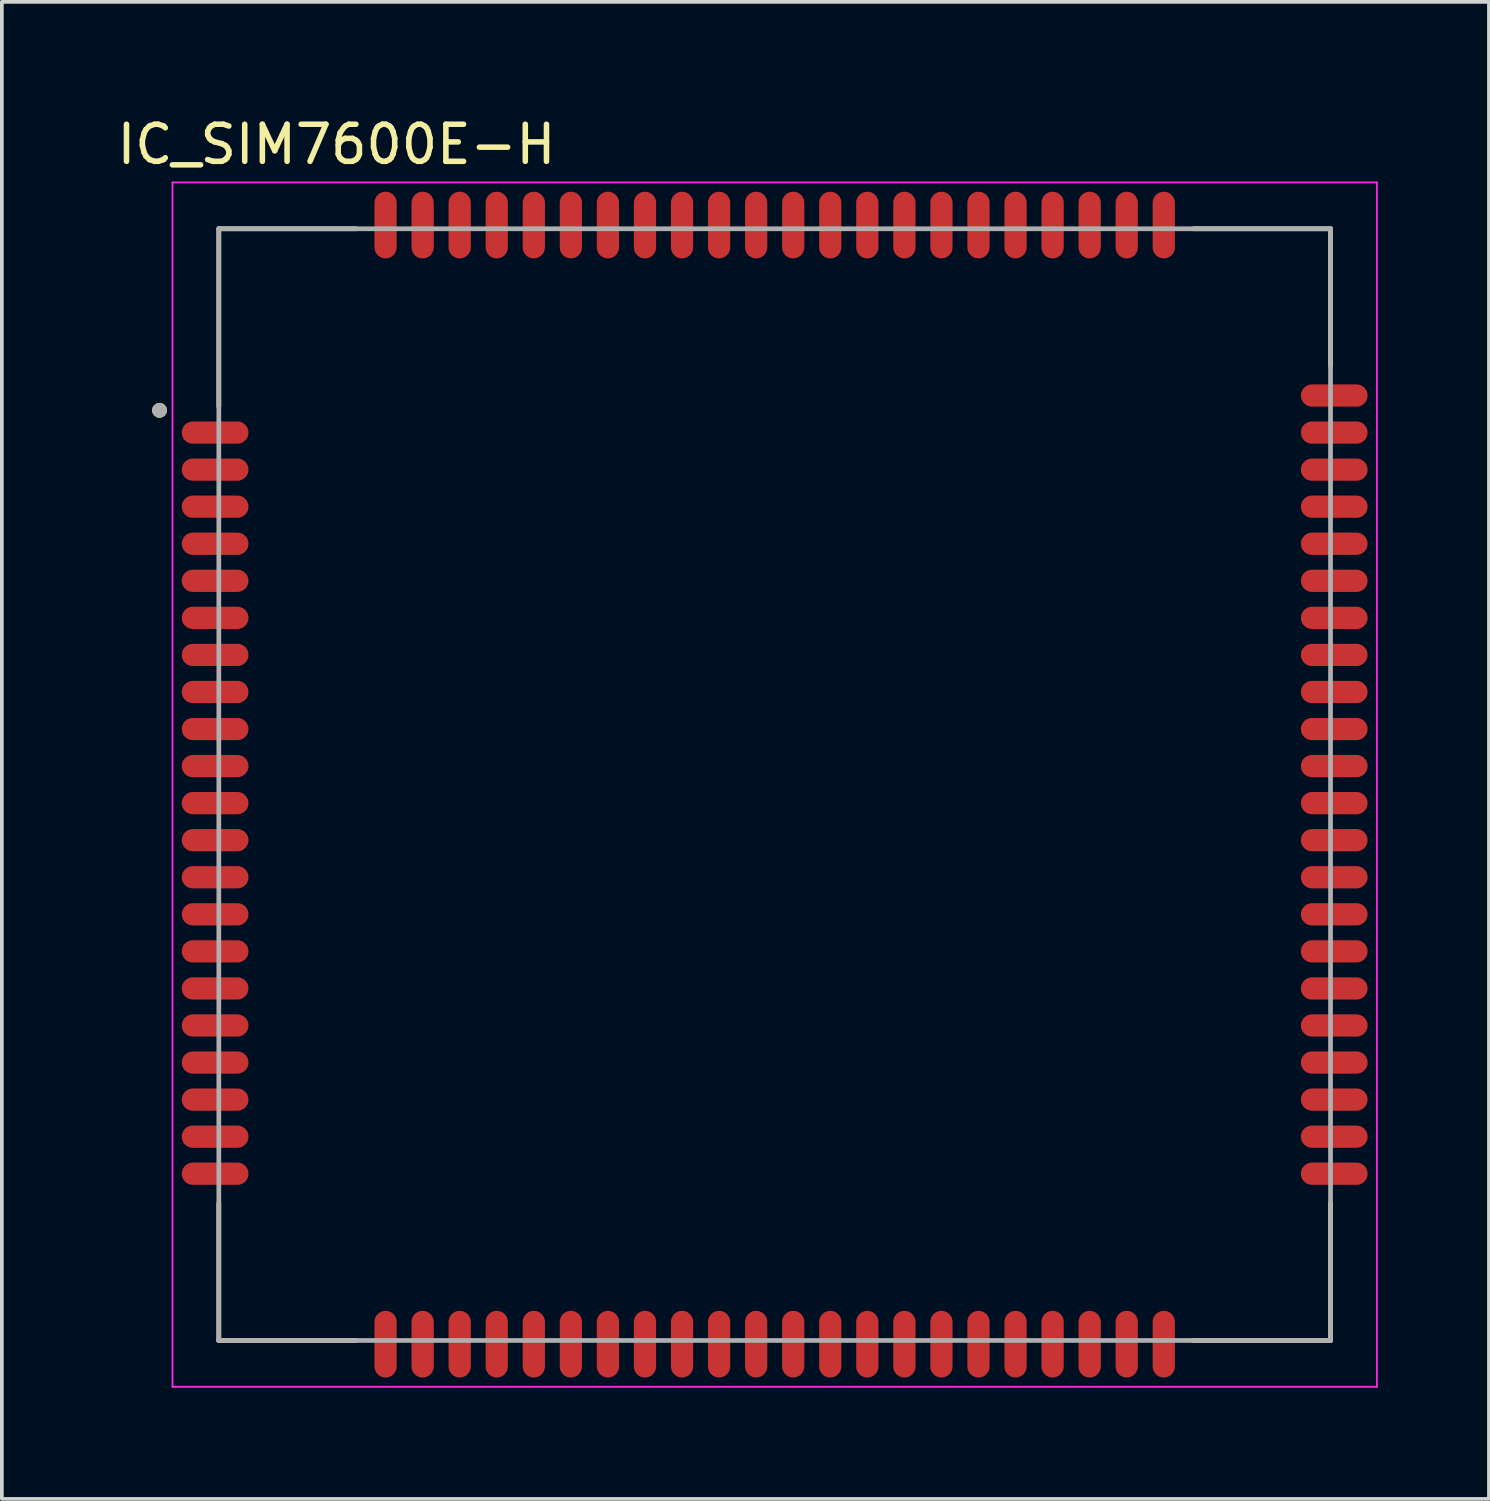
<source format=kicad_pcb>
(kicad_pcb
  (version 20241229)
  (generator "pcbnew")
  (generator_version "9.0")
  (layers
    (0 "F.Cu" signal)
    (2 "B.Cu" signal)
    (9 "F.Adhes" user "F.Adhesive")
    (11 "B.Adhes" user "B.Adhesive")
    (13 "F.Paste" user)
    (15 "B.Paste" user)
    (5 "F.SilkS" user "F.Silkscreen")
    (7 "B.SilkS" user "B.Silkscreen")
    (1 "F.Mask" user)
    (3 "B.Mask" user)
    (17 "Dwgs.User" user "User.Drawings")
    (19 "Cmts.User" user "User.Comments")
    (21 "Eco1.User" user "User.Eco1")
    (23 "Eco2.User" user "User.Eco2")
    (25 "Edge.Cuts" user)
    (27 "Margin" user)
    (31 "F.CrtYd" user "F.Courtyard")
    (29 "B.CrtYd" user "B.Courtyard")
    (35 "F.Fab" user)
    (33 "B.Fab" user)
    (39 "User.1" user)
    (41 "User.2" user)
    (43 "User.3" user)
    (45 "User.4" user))
  (footprint "IC_SIM7600E-H"
    (layer "F.Cu")
    (at 17.855 18.123)
    (property "Reference" "IC_SIM7600E-H" (at -11.825 -17.275 0) (layer "F.SilkS") (effects (font (size 1 1) (thickness 0.15))))
    (attr through_hole)
    (fp_line (start -15 -15) (end -11.3 -15) (stroke (width 0.127) (type solid)) (layer "F.SilkS"))
    (fp_line (start -15 -10.2) (end -15 -15) (stroke (width 0.127) (type solid)) (layer "F.SilkS"))
    (fp_line (start -15 15) (end -15 11.3) (stroke (width 0.127) (type solid)) (layer "F.SilkS"))
    (fp_line (start -11.3 15) (end -15 15) (stroke (width 0.127) (type solid)) (layer "F.SilkS"))
    (fp_line (start 11.3 -15) (end 15 -15) (stroke (width 0.127) (type solid)) (layer "F.SilkS"))
    (fp_line (start 15 -15) (end 15 -11.3) (stroke (width 0.127) (type solid)) (layer "F.SilkS"))
    (fp_line (start 15 11.3) (end 15 15) (stroke (width 0.127) (type solid)) (layer "F.SilkS"))
    (fp_line (start 15 15) (end 11.3 15) (stroke (width 0.127) (type solid)) (layer "F.SilkS"))
    (fp_circle (center -16.6 -10.1) (end -16.5 -10.1) (stroke (width 0.2) (type solid)) (fill no) (layer "F.SilkS"))
    (fp_line (start -16.25 -16.25) (end 16.25 -16.25) (stroke (width 0.05) (type solid)) (layer "F.CrtYd"))
    (fp_line (start -16.25 16.25) (end -16.25 -16.25) (stroke (width 0.05) (type solid)) (layer "F.CrtYd"))
    (fp_line (start 16.25 -16.25) (end 16.25 16.25) (stroke (width 0.05) (type solid)) (layer "F.CrtYd"))
    (fp_line (start 16.25 16.25) (end -16.25 16.25) (stroke (width 0.05) (type solid)) (layer "F.CrtYd"))
    (fp_line (start -15 -15) (end 15 -15) (stroke (width 0.127) (type solid)) (layer "F.Fab"))
    (fp_line (start -15 15) (end -15 -15) (stroke (width 0.127) (type solid)) (layer "F.Fab"))
    (fp_line (start 15 -15) (end 15 15) (stroke (width 0.127) (type solid)) (layer "F.Fab"))
    (fp_line (start 15 15) (end -15 15) (stroke (width 0.127) (type solid)) (layer "F.Fab"))
    (fp_circle (center -16.6 -10.1) (end -16.5 -10.1) (stroke (width 0.2) (type solid)) (fill no) (layer "F.Fab"))
    (pad "1" smd oval (at -15.1 -9.5) (size 1.8 0.6) (layers "F.Cu" "F.Mask" "F.Paste"))
    (pad "2" smd oval (at -15.1 -8.5) (size 1.8 0.6) (layers "F.Cu" "F.Mask" "F.Paste"))
    (pad "3" smd oval (at -15.1 -7.5) (size 1.8 0.6) (layers "F.Cu" "F.Mask" "F.Paste"))
    (pad "4" smd oval (at -15.1 -6.5) (size 1.8 0.6) (layers "F.Cu" "F.Mask" "F.Paste"))
    (pad "5" smd oval (at -15.1 -5.5) (size 1.8 0.6) (layers "F.Cu" "F.Mask" "F.Paste"))
    (pad "6" smd oval (at -15.1 -4.5) (size 1.8 0.6) (layers "F.Cu" "F.Mask" "F.Paste"))
    (pad "7" smd oval (at -15.1 -3.5) (size 1.8 0.6) (layers "F.Cu" "F.Mask" "F.Paste"))
    (pad "8" smd oval (at -15.1 -2.5) (size 1.8 0.6) (layers "F.Cu" "F.Mask" "F.Paste"))
    (pad "9" smd oval (at -15.1 -1.5) (size 1.8 0.6) (layers "F.Cu" "F.Mask" "F.Paste"))
    (pad "10" smd oval (at -15.1 -0.5) (size 1.8 0.6) (layers "F.Cu" "F.Mask" "F.Paste"))
    (pad "11" smd oval (at -15.1 0.5) (size 1.8 0.6) (layers "F.Cu" "F.Mask" "F.Paste"))
    (pad "12" smd oval (at -15.1 1.5) (size 1.8 0.6) (layers "F.Cu" "F.Mask" "F.Paste"))
    (pad "13" smd oval (at -15.1 2.5) (size 1.8 0.6) (layers "F.Cu" "F.Mask" "F.Paste"))
    (pad "14" smd oval (at -15.1 3.5) (size 1.8 0.6) (layers "F.Cu" "F.Mask" "F.Paste"))
    (pad "15" smd oval (at -15.1 4.5) (size 1.8 0.6) (layers "F.Cu" "F.Mask" "F.Paste"))
    (pad "16" smd oval (at -15.1 5.5) (size 1.8 0.6) (layers "F.Cu" "F.Mask" "F.Paste"))
    (pad "17" smd oval (at -15.1 6.5) (size 1.8 0.6) (layers "F.Cu" "F.Mask" "F.Paste"))
    (pad "18" smd oval (at -15.1 7.5) (size 1.8 0.6) (layers "F.Cu" "F.Mask" "F.Paste"))
    (pad "19" smd oval (at -15.1 8.5) (size 1.8 0.6) (layers "F.Cu" "F.Mask" "F.Paste"))
    (pad "20" smd oval (at -15.1 9.5) (size 1.8 0.6) (layers "F.Cu" "F.Mask" "F.Paste"))
    (pad "21" smd oval (at -9.5 15.1 90) (size 1.8 0.6) (layers "F.Cu" "F.Mask" "F.Paste"))
    (pad "22" smd oval (at -8.5 15.1 90) (size 1.8 0.6) (layers "F.Cu" "F.Mask" "F.Paste"))
    (pad "23" smd oval (at -7.5 15.1 90) (size 1.8 0.6) (layers "F.Cu" "F.Mask" "F.Paste"))
    (pad "24" smd oval (at -6.5 15.1 90) (size 1.8 0.6) (layers "F.Cu" "F.Mask" "F.Paste"))
    (pad "25" smd oval (at -5.5 15.1 90) (size 1.8 0.6) (layers "F.Cu" "F.Mask" "F.Paste"))
    (pad "26" smd oval (at -4.5 15.1 90) (size 1.8 0.6) (layers "F.Cu" "F.Mask" "F.Paste"))
    (pad "27" smd oval (at -3.5 15.1 90) (size 1.8 0.6) (layers "F.Cu" "F.Mask" "F.Paste"))
    (pad "28" smd oval (at -2.5 15.1 90) (size 1.8 0.6) (layers "F.Cu" "F.Mask" "F.Paste"))
    (pad "29" smd oval (at -1.5 15.1 90) (size 1.8 0.6) (layers "F.Cu" "F.Mask" "F.Paste"))
    (pad "30" smd oval (at -0.5 15.1 90) (size 1.8 0.6) (layers "F.Cu" "F.Mask" "F.Paste"))
    (pad "31" smd oval (at 0.5 15.1 90) (size 1.8 0.6) (layers "F.Cu" "F.Mask" "F.Paste"))
    (pad "32" smd oval (at 1.5 15.1 90) (size 1.8 0.6) (layers "F.Cu" "F.Mask" "F.Paste"))
    (pad "33" smd oval (at 2.5 15.1 90) (size 1.8 0.6) (layers "F.Cu" "F.Mask" "F.Paste"))
    (pad "34" smd oval (at 3.5 15.1 90) (size 1.8 0.6) (layers "F.Cu" "F.Mask" "F.Paste"))
    (pad "35" smd oval (at 4.5 15.1 90) (size 1.8 0.6) (layers "F.Cu" "F.Mask" "F.Paste"))
    (pad "36" smd oval (at 5.5 15.1 90) (size 1.8 0.6) (layers "F.Cu" "F.Mask" "F.Paste"))
    (pad "37" smd oval (at 6.5 15.1 90) (size 1.8 0.6) (layers "F.Cu" "F.Mask" "F.Paste"))
    (pad "38" smd oval (at 7.5 15.1 90) (size 1.8 0.6) (layers "F.Cu" "F.Mask" "F.Paste"))
    (pad "39" smd oval (at 8.5 15.1 90) (size 1.8 0.6) (layers "F.Cu" "F.Mask" "F.Paste"))
    (pad "40" smd oval (at 9.5 15.1 90) (size 1.8 0.6) (layers "F.Cu" "F.Mask" "F.Paste"))
    (pad "41" smd oval (at 15.1 9.5 180) (size 1.8 0.6) (layers "F.Cu" "F.Mask" "F.Paste"))
    (pad "42" smd oval (at 15.1 8.5 180) (size 1.8 0.6) (layers "F.Cu" "F.Mask" "F.Paste"))
    (pad "43" smd oval (at 15.1 7.5 180) (size 1.8 0.6) (layers "F.Cu" "F.Mask" "F.Paste"))
    (pad "44" smd oval (at 15.1 6.5 180) (size 1.8 0.6) (layers "F.Cu" "F.Mask" "F.Paste"))
    (pad "45" smd oval (at 15.1 5.5 180) (size 1.8 0.6) (layers "F.Cu" "F.Mask" "F.Paste"))
    (pad "46" smd oval (at 15.1 4.5 180) (size 1.8 0.6) (layers "F.Cu" "F.Mask" "F.Paste"))
    (pad "47" smd oval (at 15.1 3.5 180) (size 1.8 0.6) (layers "F.Cu" "F.Mask" "F.Paste"))
    (pad "48" smd oval (at 15.1 2.5 180) (size 1.8 0.6) (layers "F.Cu" "F.Mask" "F.Paste"))
    (pad "49" smd oval (at 15.1 1.5 180) (size 1.8 0.6) (layers "F.Cu" "F.Mask" "F.Paste"))
    (pad "50" smd oval (at 15.1 0.5 180) (size 1.8 0.6) (layers "F.Cu" "F.Mask" "F.Paste"))
    (pad "51" smd oval (at 15.1 -0.5 180) (size 1.8 0.6) (layers "F.Cu" "F.Mask" "F.Paste"))
    (pad "52" smd oval (at 15.1 -1.5 180) (size 1.8 0.6) (layers "F.Cu" "F.Mask" "F.Paste"))
    (pad "53" smd oval (at 15.1 -2.5 180) (size 1.8 0.6) (layers "F.Cu" "F.Mask" "F.Paste"))
    (pad "54" smd oval (at 15.1 -3.5 180) (size 1.8 0.6) (layers "F.Cu" "F.Mask" "F.Paste"))
    (pad "55" smd oval (at 15.1 -4.5 180) (size 1.8 0.6) (layers "F.Cu" "F.Mask" "F.Paste"))
    (pad "56" smd oval (at 15.1 -5.5 180) (size 1.8 0.6) (layers "F.Cu" "F.Mask" "F.Paste"))
    (pad "57" smd oval (at 15.1 -6.5 180) (size 1.8 0.6) (layers "F.Cu" "F.Mask" "F.Paste"))
    (pad "58" smd oval (at 15.1 -7.5 180) (size 1.8 0.6) (layers "F.Cu" "F.Mask" "F.Paste"))
    (pad "59" smd oval (at 15.1 -8.5 180) (size 1.8 0.6) (layers "F.Cu" "F.Mask" "F.Paste"))
    (pad "60" smd oval (at 15.1 -9.5 180) (size 1.8 0.6) (layers "F.Cu" "F.Mask" "F.Paste"))
    (pad "61" smd oval (at 9.5 -15.1 270) (size 1.8 0.6) (layers "F.Cu" "F.Mask" "F.Paste"))
    (pad "62" smd oval (at 8.5 -15.1 270) (size 1.8 0.6) (layers "F.Cu" "F.Mask" "F.Paste"))
    (pad "63" smd oval (at 7.5 -15.1 270) (size 1.8 0.6) (layers "F.Cu" "F.Mask" "F.Paste"))
    (pad "64" smd oval (at 6.5 -15.1 270) (size 1.8 0.6) (layers "F.Cu" "F.Mask" "F.Paste"))
    (pad "65" smd oval (at 5.5 -15.1 270) (size 1.8 0.6) (layers "F.Cu" "F.Mask" "F.Paste"))
    (pad "66" smd oval (at 4.5 -15.1 270) (size 1.8 0.6) (layers "F.Cu" "F.Mask" "F.Paste"))
    (pad "67" smd oval (at 3.5 -15.1 270) (size 1.8 0.6) (layers "F.Cu" "F.Mask" "F.Paste"))
    (pad "68" smd oval (at 2.5 -15.1 270) (size 1.8 0.6) (layers "F.Cu" "F.Mask" "F.Paste"))
    (pad "69" smd oval (at 1.5 -15.1 270) (size 1.8 0.6) (layers "F.Cu" "F.Mask" "F.Paste"))
    (pad "70" smd oval (at 0.5 -15.1 270) (size 1.8 0.6) (layers "F.Cu" "F.Mask" "F.Paste"))
    (pad "71" smd oval (at -0.5 -15.1 270) (size 1.8 0.6) (layers "F.Cu" "F.Mask" "F.Paste"))
    (pad "72" smd oval (at -1.5 -15.1 270) (size 1.8 0.6) (layers "F.Cu" "F.Mask" "F.Paste"))
    (pad "73" smd oval (at -2.5 -15.1 270) (size 1.8 0.6) (layers "F.Cu" "F.Mask" "F.Paste"))
    (pad "74" smd oval (at -3.5 -15.1 270) (size 1.8 0.6) (layers "F.Cu" "F.Mask" "F.Paste"))
    (pad "75" smd oval (at -4.5 -15.1 270) (size 1.8 0.6) (layers "F.Cu" "F.Mask" "F.Paste"))
    (pad "76" smd oval (at -5.5 -15.1 270) (size 1.8 0.6) (layers "F.Cu" "F.Mask" "F.Paste"))
    (pad "77" smd oval (at -6.5 -15.1 270) (size 1.8 0.6) (layers "F.Cu" "F.Mask" "F.Paste"))
    (pad "78" smd oval (at -7.5 -15.1 270) (size 1.8 0.6) (layers "F.Cu" "F.Mask" "F.Paste"))
    (pad "79" smd oval (at -8.5 -15.1 270) (size 1.8 0.6) (layers "F.Cu" "F.Mask" "F.Paste"))
    (pad "80" smd oval (at -9.5 -15.1 270) (size 1.8 0.6) (layers "F.Cu" "F.Mask" "F.Paste"))
    (pad "81" smd oval (at -15.1 10.5) (size 1.8 0.6) (layers "F.Cu" "F.Mask" "F.Paste"))
    (pad "82" smd oval (at 15.1 10.5 180) (size 1.8 0.6) (layers "F.Cu" "F.Mask" "F.Paste"))
    (pad "83" smd oval (at 10.5 15.1 90) (size 1.8 0.6) (layers "F.Cu" "F.Mask" "F.Paste"))
    (pad "84" smd oval (at -10.5 15.1 90) (size 1.8 0.6) (layers "F.Cu" "F.Mask" "F.Paste"))
    (pad "85" smd oval (at 15.1 -10.5 180) (size 1.8 0.6) (layers "F.Cu" "F.Mask" "F.Paste"))
    (pad "86" smd oval (at -10.5 -15.1 270) (size 1.8 0.6) (layers "F.Cu" "F.Mask" "F.Paste"))
    (pad "87" smd oval (at 10.5 -15.1 270) (size 1.8 0.6) (layers "F.Cu" "F.Mask" "F.Paste"))
    (zone (net_name "") (layer "F.Cu") (hatch full 0.508) (connect_pads) (min_thickness 0.01) (filled_areas_thickness no) (keepout (tracks not_allowed) (vias not_allowed) (pads not_allowed) (copperpour not_allowed) (footprints allowed)) (placement (enabled no)) (fill) (polygon (pts (xy 4.055 7.423) (xy 6.455 7.423) (xy 6.455 9.823) (xy 4.055 9.823))))
    (zone (net_name "") (layers "F.Cu" "B.Cu") (hatch full 0.508) (connect_pads) (min_thickness 0.01) (filled_areas_thickness no) (keepout (tracks allowed) (vias not_allowed) (pads allowed) (copperpour allowed) (footprints allowed)) (placement (enabled no)) (fill) (polygon (pts (xy 4.055 7.423) (xy 6.455 7.423) (xy 6.455 9.823) (xy 4.055 9.823)))))
  (gr_rect
    (start -3 -3)
    (end 37.13 37.398)
    (stroke (width 0.1) (type default))
    (fill no)
    (layer "Edge.Cuts")))
</source>
